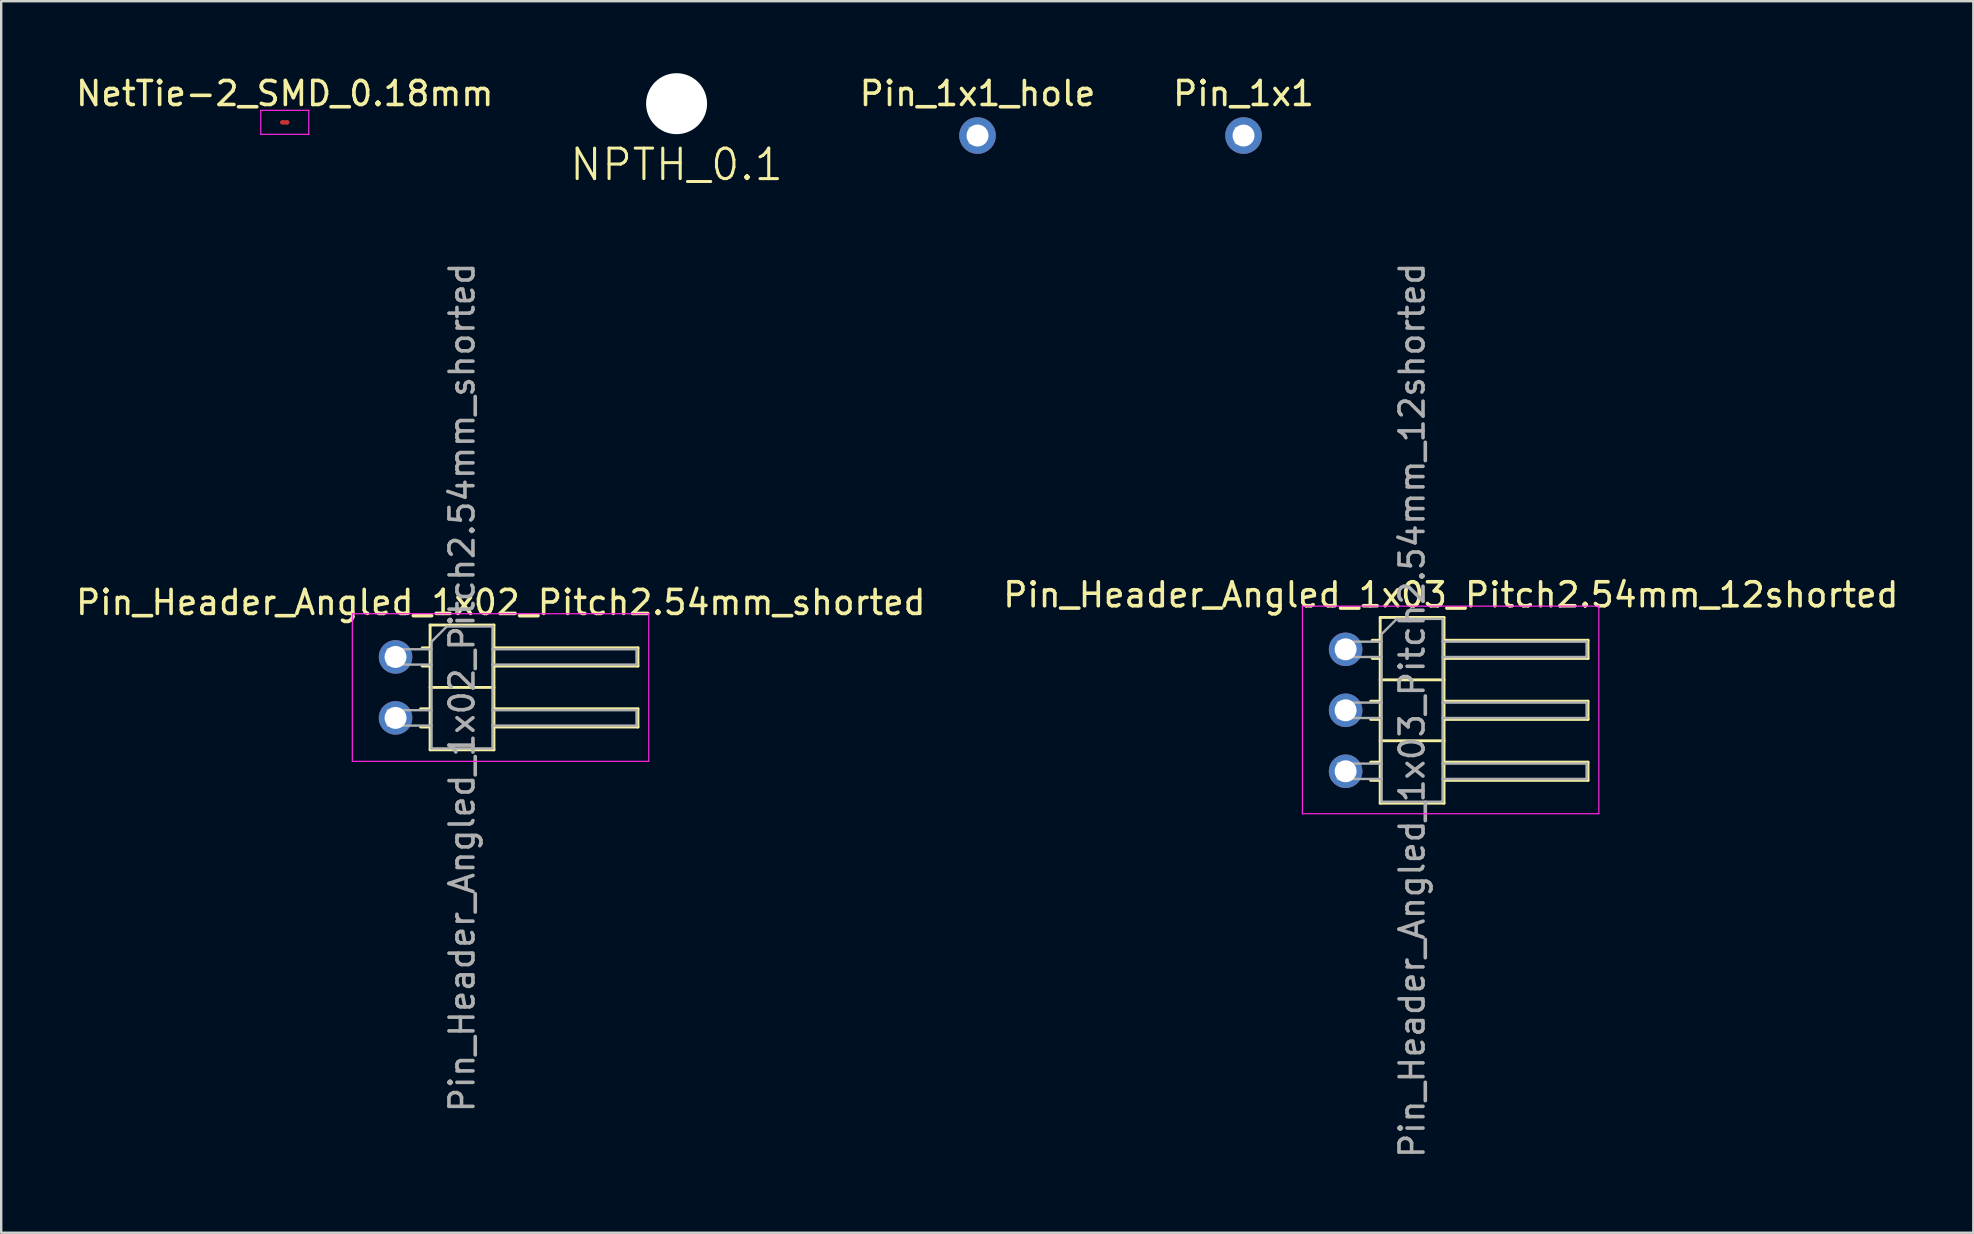
<source format=kicad_pcb>
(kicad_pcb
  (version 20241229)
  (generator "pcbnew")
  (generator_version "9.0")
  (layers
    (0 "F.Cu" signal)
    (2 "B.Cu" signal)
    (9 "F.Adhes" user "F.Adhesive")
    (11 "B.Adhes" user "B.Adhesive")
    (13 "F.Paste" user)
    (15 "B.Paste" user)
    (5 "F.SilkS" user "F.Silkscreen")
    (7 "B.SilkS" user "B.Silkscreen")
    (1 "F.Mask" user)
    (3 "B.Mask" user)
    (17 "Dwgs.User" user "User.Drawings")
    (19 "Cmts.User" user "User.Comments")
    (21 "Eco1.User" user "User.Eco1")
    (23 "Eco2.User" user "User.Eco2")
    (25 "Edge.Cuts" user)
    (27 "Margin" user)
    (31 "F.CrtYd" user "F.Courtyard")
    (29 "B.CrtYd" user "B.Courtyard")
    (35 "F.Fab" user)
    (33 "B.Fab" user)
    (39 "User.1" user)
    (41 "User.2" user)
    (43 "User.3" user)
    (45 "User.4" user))
  (footprint "Pin_Header_Angled_1x03_Pitch2.54mm_12shorted"
    (layer "F.Cu")
    (at 53.014 24.004)
    (property "Reference" "Pin_Header_Angled_1x03_Pitch2.54mm_12shorted" (at 4.385 -2.27 0) (layer "F.SilkS") (effects (font (size 1 1) (thickness 0.15))))
    (attr through_hole)
    (fp_line (start 1.043 2.16) (end 1.44 2.16) (stroke (width 0.12) (type solid)) (layer "F.SilkS"))
    (fp_line (start 1.043 2.92) (end 1.44 2.92) (stroke (width 0.12) (type solid)) (layer "F.SilkS"))
    (fp_line (start 1.043 4.7) (end 1.44 4.7) (stroke (width 0.12) (type solid)) (layer "F.SilkS"))
    (fp_line (start 1.043 5.46) (end 1.44 5.46) (stroke (width 0.12) (type solid)) (layer "F.SilkS"))
    (fp_line (start 1.11 -0.38) (end 1.44 -0.38) (stroke (width 0.12) (type solid)) (layer "F.SilkS"))
    (fp_line (start 1.11 0.38) (end 1.44 0.38) (stroke (width 0.12) (type solid)) (layer "F.SilkS"))
    (fp_line (start 1.44 -1.33) (end 1.44 6.41) (stroke (width 0.12) (type solid)) (layer "F.SilkS"))
    (fp_line (start 1.44 1.27) (end 4.1 1.27) (stroke (width 0.12) (type solid)) (layer "F.SilkS"))
    (fp_line (start 1.44 3.81) (end 4.1 3.81) (stroke (width 0.12) (type solid)) (layer "F.SilkS"))
    (fp_line (start 1.44 6.41) (end 4.1 6.41) (stroke (width 0.12) (type solid)) (layer "F.SilkS"))
    (fp_line (start 4.1 -1.33) (end 1.44 -1.33) (stroke (width 0.12) (type solid)) (layer "F.SilkS"))
    (fp_line (start 4.1 -0.38) (end 10.1 -0.38) (stroke (width 0.12) (type solid)) (layer "F.SilkS"))
    (fp_line (start 4.1 2.16) (end 10.1 2.16) (stroke (width 0.12) (type solid)) (layer "F.SilkS"))
    (fp_line (start 4.1 4.7) (end 10.1 4.7) (stroke (width 0.12) (type solid)) (layer "F.SilkS"))
    (fp_line (start 4.1 6.41) (end 4.1 -1.33) (stroke (width 0.12) (type solid)) (layer "F.SilkS"))
    (fp_line (start 10.1 -0.38) (end 10.1 0.38) (stroke (width 0.12) (type solid)) (layer "F.SilkS"))
    (fp_line (start 10.1 0.38) (end 4.1 0.38) (stroke (width 0.12) (type solid)) (layer "F.SilkS"))
    (fp_line (start 10.1 2.16) (end 10.1 2.92) (stroke (width 0.12) (type solid)) (layer "F.SilkS"))
    (fp_line (start 10.1 2.92) (end 4.1 2.92) (stroke (width 0.12) (type solid)) (layer "F.SilkS"))
    (fp_line (start 10.1 4.7) (end 10.1 5.46) (stroke (width 0.12) (type solid)) (layer "F.SilkS"))
    (fp_line (start 10.1 5.46) (end 4.1 5.46) (stroke (width 0.12) (type solid)) (layer "F.SilkS"))
    (fp_poly (pts (xy 0.318 0.318) (xy -0.318 0.318) (xy -0.318 -0.318) (xy 0.318 -0.318)) (stroke (width 0.003) (type solid)) (fill no) (layer "Dwgs.User"))
    (fp_line (start -1.8 -1.8) (end -1.8 6.85) (stroke (width 0.05) (type solid)) (layer "F.CrtYd"))
    (fp_line (start -1.8 6.85) (end 10.55 6.85) (stroke (width 0.05) (type solid)) (layer "F.CrtYd"))
    (fp_line (start 10.55 -1.8) (end -1.8 -1.8) (stroke (width 0.05) (type solid)) (layer "F.CrtYd"))
    (fp_line (start 10.55 6.85) (end 10.55 -1.8) (stroke (width 0.05) (type solid)) (layer "F.CrtYd"))
    (fp_line (start -0.32 -0.32) (end 1.5 -0.32) (stroke (width 0.1) (type solid)) (layer "F.Fab"))
    (fp_line (start -0.32 0.32) (end 1.5 0.32) (stroke (width 0.1) (type solid)) (layer "F.Fab"))
    (fp_line (start -0.32 2.22) (end -0.32 2.86) (stroke (width 0.1) (type solid)) (layer "F.Fab"))
    (fp_line (start -0.32 2.22) (end 1.5 2.22) (stroke (width 0.1) (type solid)) (layer "F.Fab"))
    (fp_line (start -0.32 2.86) (end 1.5 2.86) (stroke (width 0.1) (type solid)) (layer "F.Fab"))
    (fp_line (start -0.32 4.76) (end -0.32 5.4) (stroke (width 0.1) (type solid)) (layer "F.Fab"))
    (fp_line (start -0.32 4.76) (end 1.5 4.76) (stroke (width 0.1) (type solid)) (layer "F.Fab"))
    (fp_line (start -0.32 5.4) (end 1.5 5.4) (stroke (width 0.1) (type solid)) (layer "F.Fab"))
    (fp_line (start 1.5 -0.635) (end 2.135 -1.27) (stroke (width 0.1) (type solid)) (layer "F.Fab"))
    (fp_line (start 1.5 6.35) (end 1.5 -0.635) (stroke (width 0.1) (type solid)) (layer "F.Fab"))
    (fp_line (start 2.135 -1.27) (end 4.04 -1.27) (stroke (width 0.1) (type solid)) (layer "F.Fab"))
    (fp_line (start 4.04 -1.27) (end 4.04 6.35) (stroke (width 0.1) (type solid)) (layer "F.Fab"))
    (fp_line (start 4.04 -0.32) (end 10.04 -0.32) (stroke (width 0.1) (type solid)) (layer "F.Fab"))
    (fp_line (start 4.04 0.32) (end 10.04 0.32) (stroke (width 0.1) (type solid)) (layer "F.Fab"))
    (fp_line (start 4.04 2.22) (end 10.04 2.22) (stroke (width 0.1) (type solid)) (layer "F.Fab"))
    (fp_line (start 4.04 2.86) (end 10.04 2.86) (stroke (width 0.1) (type solid)) (layer "F.Fab"))
    (fp_line (start 4.04 4.76) (end 10.04 4.76) (stroke (width 0.1) (type solid)) (layer "F.Fab"))
    (fp_line (start 4.04 5.4) (end 10.04 5.4) (stroke (width 0.1) (type solid)) (layer "F.Fab"))
    (fp_line (start 4.04 6.35) (end 1.5 6.35) (stroke (width 0.1) (type solid)) (layer "F.Fab"))
    (fp_line (start 10.04 -0.32) (end 10.04 0.32) (stroke (width 0.1) (type solid)) (layer "F.Fab"))
    (fp_line (start 10.04 2.22) (end 10.04 2.86) (stroke (width 0.1) (type solid)) (layer "F.Fab"))
    (fp_line (start 10.04 4.76) (end 10.04 5.4) (stroke (width 0.1) (type solid)) (layer "F.Fab"))
    (fp_text user "${REFERENCE}" (at 2.77 2.54 90) (layer "F.Fab") (effects (font (size 1 1) (thickness 0.15))))
    (pad "1" thru_hole circle (at 0 0) (size 1.397 1.397) (drill 0.914) (layers "*.Cu" "*.Mask"))
    (pad "2" thru_hole circle (at 0 2.54) (size 1.397 1.397) (drill 0.914) (layers "*.Cu" "*.Mask"))
    (pad "3" thru_hole circle (at 0 5.08) (size 1.397 1.397) (drill 0.914) (layers "*.Cu" "*.Mask")))
  (footprint "Pin_Header_Angled_1x02_Pitch2.54mm_shorted"
    (layer "F.Cu")
    (at 13.43 24.321)
    (property "Reference" "Pin_Header_Angled_1x02_Pitch2.54mm_shorted" (at 4.385 -2.27 0) (layer "F.SilkS") (effects (font (size 1 1) (thickness 0.15))))
    (attr through_hole)
    (fp_line (start 1.043 2.16) (end 1.44 2.16) (stroke (width 0.12) (type solid)) (layer "F.SilkS"))
    (fp_line (start 1.043 2.92) (end 1.44 2.92) (stroke (width 0.12) (type solid)) (layer "F.SilkS"))
    (fp_line (start 1.11 -0.38) (end 1.44 -0.38) (stroke (width 0.12) (type solid)) (layer "F.SilkS"))
    (fp_line (start 1.11 0.38) (end 1.44 0.38) (stroke (width 0.12) (type solid)) (layer "F.SilkS"))
    (fp_line (start 1.44 -1.33) (end 1.44 3.87) (stroke (width 0.12) (type solid)) (layer "F.SilkS"))
    (fp_line (start 1.44 1.27) (end 4.1 1.27) (stroke (width 0.12) (type solid)) (layer "F.SilkS"))
    (fp_line (start 1.44 3.87) (end 4.1 3.87) (stroke (width 0.12) (type solid)) (layer "F.SilkS"))
    (fp_line (start 4.1 -1.33) (end 1.44 -1.33) (stroke (width 0.12) (type solid)) (layer "F.SilkS"))
    (fp_line (start 4.1 -0.38) (end 10.1 -0.38) (stroke (width 0.12) (type solid)) (layer "F.SilkS"))
    (fp_line (start 4.1 2.16) (end 10.1 2.16) (stroke (width 0.12) (type solid)) (layer "F.SilkS"))
    (fp_line (start 4.1 3.87) (end 4.1 -1.33) (stroke (width 0.12) (type solid)) (layer "F.SilkS"))
    (fp_line (start 10.1 -0.38) (end 10.1 0.38) (stroke (width 0.12) (type solid)) (layer "F.SilkS"))
    (fp_line (start 10.1 0.38) (end 4.1 0.38) (stroke (width 0.12) (type solid)) (layer "F.SilkS"))
    (fp_line (start 10.1 2.16) (end 10.1 2.92) (stroke (width 0.12) (type solid)) (layer "F.SilkS"))
    (fp_line (start 10.1 2.92) (end 4.1 2.92) (stroke (width 0.12) (type solid)) (layer "F.SilkS"))
    (fp_line (start -1.8 -1.8) (end -1.8 4.35) (stroke (width 0.05) (type solid)) (layer "F.CrtYd"))
    (fp_line (start -1.8 4.35) (end 10.55 4.35) (stroke (width 0.05) (type solid)) (layer "F.CrtYd"))
    (fp_line (start 10.55 -1.8) (end -1.8 -1.8) (stroke (width 0.05) (type solid)) (layer "F.CrtYd"))
    (fp_line (start 10.55 4.35) (end 10.55 -1.8) (stroke (width 0.05) (type solid)) (layer "F.CrtYd"))
    (fp_line (start -0.32 -0.32) (end -0.32 0.32) (stroke (width 0.1) (type solid)) (layer "F.Fab"))
    (fp_line (start -0.32 -0.32) (end 1.5 -0.32) (stroke (width 0.1) (type solid)) (layer "F.Fab"))
    (fp_line (start -0.32 0.32) (end 1.5 0.32) (stroke (width 0.1) (type solid)) (layer "F.Fab"))
    (fp_line (start -0.32 2.22) (end -0.32 2.86) (stroke (width 0.1) (type solid)) (layer "F.Fab"))
    (fp_line (start -0.32 2.22) (end 1.5 2.22) (stroke (width 0.1) (type solid)) (layer "F.Fab"))
    (fp_line (start -0.32 2.86) (end 1.5 2.86) (stroke (width 0.1) (type solid)) (layer "F.Fab"))
    (fp_line (start 1.5 -0.635) (end 2.135 -1.27) (stroke (width 0.1) (type solid)) (layer "F.Fab"))
    (fp_line (start 1.5 3.81) (end 1.5 -0.635) (stroke (width 0.1) (type solid)) (layer "F.Fab"))
    (fp_line (start 2.135 -1.27) (end 4.04 -1.27) (stroke (width 0.1) (type solid)) (layer "F.Fab"))
    (fp_line (start 4.04 -1.27) (end 4.04 3.81) (stroke (width 0.1) (type solid)) (layer "F.Fab"))
    (fp_line (start 4.04 -0.32) (end 10.04 -0.32) (stroke (width 0.1) (type solid)) (layer "F.Fab"))
    (fp_line (start 4.04 0.32) (end 10.04 0.32) (stroke (width 0.1) (type solid)) (layer "F.Fab"))
    (fp_line (start 4.04 2.22) (end 10.04 2.22) (stroke (width 0.1) (type solid)) (layer "F.Fab"))
    (fp_line (start 4.04 2.86) (end 10.04 2.86) (stroke (width 0.1) (type solid)) (layer "F.Fab"))
    (fp_line (start 4.04 3.81) (end 1.5 3.81) (stroke (width 0.1) (type solid)) (layer "F.Fab"))
    (fp_line (start 10.04 -0.32) (end 10.04 0.32) (stroke (width 0.1) (type solid)) (layer "F.Fab"))
    (fp_line (start 10.04 2.22) (end 10.04 2.86) (stroke (width 0.1) (type solid)) (layer "F.Fab"))
    (fp_text user "${REFERENCE}" (at 2.77 1.27 90) (layer "F.Fab") (effects (font (size 1 1) (thickness 0.15))))
    (pad "1" thru_hole circle (at 0 0) (size 1.397 1.397) (drill 0.914) (layers "*.Cu" "*.Mask"))
    (pad "2" thru_hole circle (at 0 2.54) (size 1.397 1.397) (drill 0.914) (layers "*.Cu" "*.Mask")))
  (footprint "NetTie-2_SMD_0.18mm"
    (layer "F.Cu")
    (at 8.815 2.048)
    (property "Reference" "NetTie-2_SMD_0.18mm" (at 0 -1.2 0) (layer "F.SilkS") (effects (font (size 1 1) (thickness 0.15))))
    (attr exclude_from_pos_files exclude_from_bom)
    (fp_line (start -0.1 0) (end 0.1 0) (stroke (width 0.18) (type solid)) (layer "F.Cu"))
    (fp_line (start -1 -0.5) (end -1 0.5) (stroke (width 0.05) (type solid)) (layer "F.CrtYd"))
    (fp_line (start -1 0.5) (end 1 0.5) (stroke (width 0.05) (type solid)) (layer "F.CrtYd"))
    (fp_line (start 1 -0.5) (end -1 -0.5) (stroke (width 0.05) (type solid)) (layer "F.CrtYd"))
    (fp_line (start 1 0.5) (end 1 -0.5) (stroke (width 0.05) (type solid)) (layer "F.CrtYd"))
    (pad "1" smd circle (at -0.1 0) (size 0.18 0.18) (layers "F.Cu"))
    (pad "2" smd circle (at 0.1 0) (size 0.18 0.18) (layers "F.Cu")))
  (footprint "Pin_1x1_hole"
    (layer "F.Cu")
    (at 37.678 2.598)
    (property "Reference" "Pin_1x1_hole" (at 0 -1.75 0) (layer "F.SilkS") (effects (font (size 1 1) (thickness 0.15))))
    (attr through_hole)
    (fp_line (start -0.32 -0.32) (end -0.32 0.32) (stroke (width 0.1) (type solid)) (layer "F.Fab"))
    (pad "1" thru_hole circle (at 0 0) (size 1.524 1.524) (drill 0.914) (layers "*.Cu" "*.Mask")))
  (footprint "Pin_1x1"
    (layer "F.Cu")
    (at 48.761 2.598)
    (property "Reference" "Pin_1x1" (at 0 -1.75 0) (layer "F.SilkS") (effects (font (size 1 1) (thickness 0.15))))
    (attr through_hole)
    (fp_line (start -0.32 -0.32) (end -0.32 0.32) (stroke (width 0.1) (type solid)) (layer "F.Fab"))
    (pad "1" thru_hole circle (at 0 0) (size 1.524 1.524) (drill 0.914) (layers "*.Cu" "*.Mask")))
  (footprint "NPTH_0.1"
    (layer "F.Cu")
    (at 25.139 1.27)
    (property "Reference" "NPTH_0.1" (at 0 2.54 0) (layer "F.SilkS") (effects (font (size 1.27 1.27) (thickness 0.127))))
    (attr through_hole)
    (pad "" np_thru_hole circle (at 0 0) (size 2.54 2.54) (drill 2.54) (layers "*.Cu" "*.Mask")))
  (gr_rect
    (start -3 -3)
    (end 79.167 48.312)
    (stroke (width 0.1) (type default))
    (fill no)
    (layer "Edge.Cuts")))
</source>
